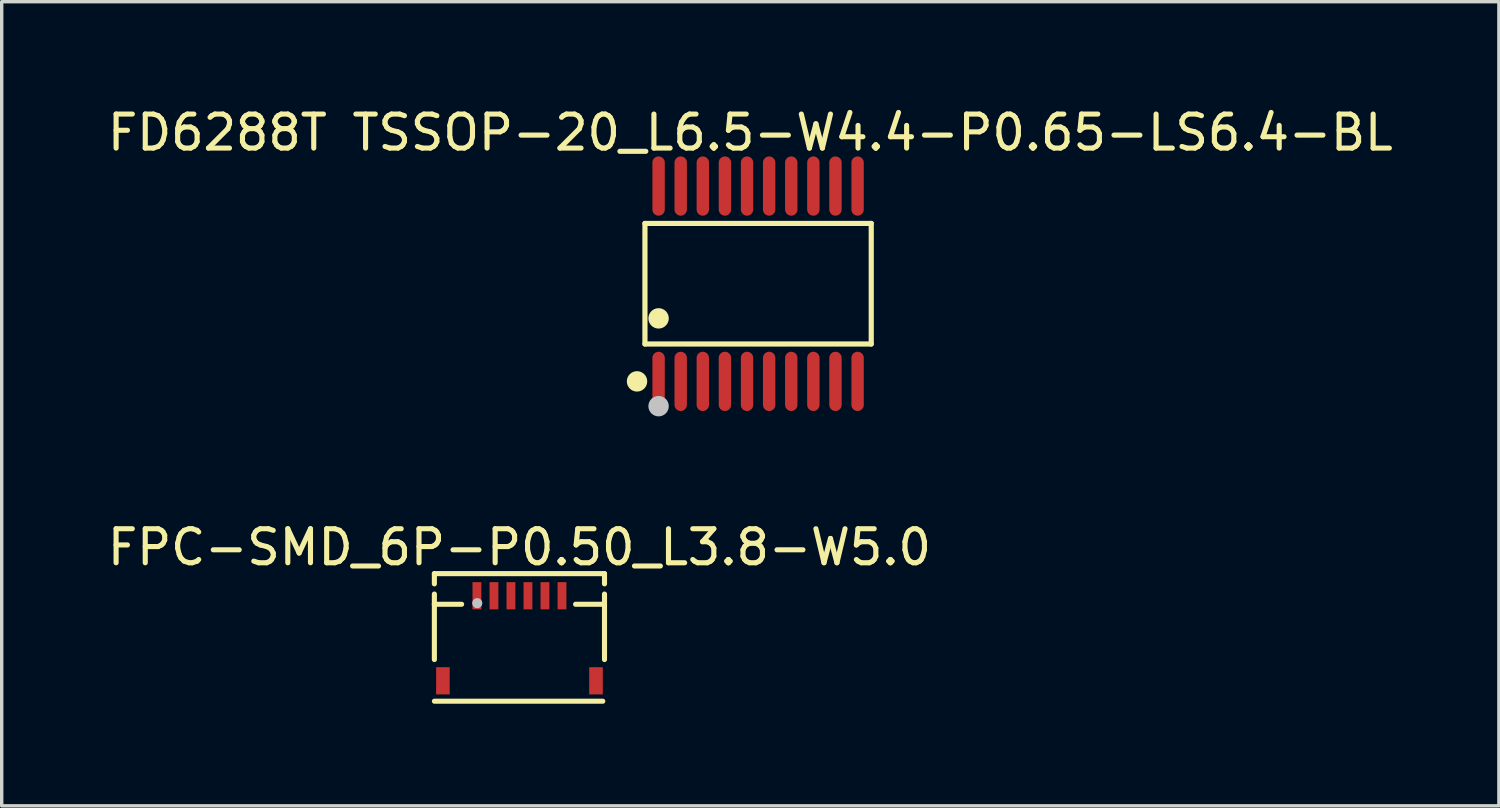
<source format=kicad_pcb>
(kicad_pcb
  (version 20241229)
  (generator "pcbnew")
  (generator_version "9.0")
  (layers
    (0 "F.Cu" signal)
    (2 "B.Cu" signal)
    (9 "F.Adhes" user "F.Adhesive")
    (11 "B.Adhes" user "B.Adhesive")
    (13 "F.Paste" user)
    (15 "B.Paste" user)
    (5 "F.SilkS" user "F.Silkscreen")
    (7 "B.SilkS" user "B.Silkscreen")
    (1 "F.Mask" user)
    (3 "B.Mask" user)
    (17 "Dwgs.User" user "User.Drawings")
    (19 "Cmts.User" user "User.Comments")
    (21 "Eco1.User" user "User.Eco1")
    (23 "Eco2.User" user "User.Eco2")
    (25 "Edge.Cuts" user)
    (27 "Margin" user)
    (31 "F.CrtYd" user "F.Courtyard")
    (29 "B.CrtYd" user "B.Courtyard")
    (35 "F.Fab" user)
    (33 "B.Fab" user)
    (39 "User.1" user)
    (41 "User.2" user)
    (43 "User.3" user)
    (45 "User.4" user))
  (footprint "FD6288T TSSOP-20_L6.5-W4.4-P0.65-LS6.4-BL"
    (layer "F.Cu")
    (at 19.235 5.29)
    (property "Reference" "FD6288T TSSOP-20_L6.5-W4.4-P0.65-LS6.4-BL" (at -0.229 -4.442 0) (unlocked yes) (layer "F.SilkS") (effects (font (size 1 1) (thickness 0.15))))
    (fp_line (start -3.326 -1.772) (end 3.326 -1.772) (stroke (width 0.152) (type default)) (layer "F.SilkS"))
    (fp_line (start -3.326 1.772) (end -3.326 -1.772) (stroke (width 0.152) (type default)) (layer "F.SilkS"))
    (fp_line (start 3.326 -1.772) (end 3.326 1.772) (stroke (width 0.152) (type default)) (layer "F.SilkS"))
    (fp_line (start 3.326 1.772) (end -3.326 1.772) (stroke (width 0.152) (type default)) (layer "F.SilkS"))
    (fp_circle (center -3.559 2.871) (end -3.409 2.871) (stroke (width 0.3) (type default)) (fill no) (layer "F.SilkS"))
    (fp_circle (center -2.925 1.019) (end -2.775 1.019) (stroke (width 0.3) (type default)) (fill no) (layer "F.SilkS"))
    (fp_circle (center -2.925 3.6) (end -2.775 3.6) (stroke (width 0.3) (type default)) (fill no) (layer "Dwgs.User"))
    (fp_poly (pts (xy -3.055 -3.2) (xy -3.055 -2.6) (xy -2.795 -2.6) (xy -2.795 -3.2)) (stroke (width 0.1) (type default)) (fill no) (layer "User.1"))
    (fp_poly (pts (xy -3.055 -2.61) (xy -3.055 -2.19) (xy -2.795 -2.19) (xy -2.795 -2.61)) (stroke (width 0.1) (type default)) (fill no) (layer "User.1"))
    (fp_poly (pts (xy -3.055 2.61) (xy -3.055 2.19) (xy -2.795 2.19) (xy -2.795 2.61)) (stroke (width 0.1) (type default)) (fill no) (layer "User.1"))
    (fp_poly (pts (xy -3.055 3.2) (xy -3.055 2.6) (xy -2.795 2.6) (xy -2.795 3.2)) (stroke (width 0.1) (type default)) (fill no) (layer "User.1"))
    (fp_poly (pts (xy -2.405 -3.2) (xy -2.405 -2.6) (xy -2.145 -2.6) (xy -2.145 -3.2)) (stroke (width 0.1) (type default)) (fill no) (layer "User.1"))
    (fp_poly (pts (xy -2.405 -2.61) (xy -2.405 -2.19) (xy -2.145 -2.19) (xy -2.145 -2.61)) (stroke (width 0.1) (type default)) (fill no) (layer "User.1"))
    (fp_poly (pts (xy -2.405 2.61) (xy -2.405 2.19) (xy -2.145 2.19) (xy -2.145 2.61)) (stroke (width 0.1) (type default)) (fill no) (layer "User.1"))
    (fp_poly (pts (xy -2.405 3.2) (xy -2.405 2.6) (xy -2.145 2.6) (xy -2.145 3.2)) (stroke (width 0.1) (type default)) (fill no) (layer "User.1"))
    (fp_poly (pts (xy -1.755 -3.2) (xy -1.755 -2.6) (xy -1.495 -2.6) (xy -1.495 -3.2)) (stroke (width 0.1) (type default)) (fill no) (layer "User.1"))
    (fp_poly (pts (xy -1.755 -2.61) (xy -1.755 -2.19) (xy -1.495 -2.19) (xy -1.495 -2.61)) (stroke (width 0.1) (type default)) (fill no) (layer "User.1"))
    (fp_poly (pts (xy -1.755 2.61) (xy -1.755 2.19) (xy -1.495 2.19) (xy -1.495 2.61)) (stroke (width 0.1) (type default)) (fill no) (layer "User.1"))
    (fp_poly (pts (xy -1.755 3.2) (xy -1.755 2.6) (xy -1.495 2.6) (xy -1.495 3.2)) (stroke (width 0.1) (type default)) (fill no) (layer "User.1"))
    (fp_poly (pts (xy -1.105 -3.2) (xy -1.105 -2.6) (xy -0.845 -2.6) (xy -0.845 -3.2)) (stroke (width 0.1) (type default)) (fill no) (layer "User.1"))
    (fp_poly (pts (xy -1.105 -2.61) (xy -1.105 -2.19) (xy -0.845 -2.19) (xy -0.845 -2.61)) (stroke (width 0.1) (type default)) (fill no) (layer "User.1"))
    (fp_poly (pts (xy -1.105 2.61) (xy -1.105 2.19) (xy -0.845 2.19) (xy -0.845 2.61)) (stroke (width 0.1) (type default)) (fill no) (layer "User.1"))
    (fp_poly (pts (xy -1.105 3.2) (xy -1.105 2.6) (xy -0.845 2.6) (xy -0.845 3.2)) (stroke (width 0.1) (type default)) (fill no) (layer "User.1"))
    (fp_poly (pts (xy -0.455 -3.2) (xy -0.455 -2.6) (xy -0.195 -2.6) (xy -0.195 -3.2)) (stroke (width 0.1) (type default)) (fill no) (layer "User.1"))
    (fp_poly (pts (xy -0.455 -2.61) (xy -0.455 -2.19) (xy -0.195 -2.19) (xy -0.195 -2.61)) (stroke (width 0.1) (type default)) (fill no) (layer "User.1"))
    (fp_poly (pts (xy -0.455 2.61) (xy -0.455 2.19) (xy -0.195 2.19) (xy -0.195 2.61)) (stroke (width 0.1) (type default)) (fill no) (layer "User.1"))
    (fp_poly (pts (xy -0.455 3.2) (xy -0.455 2.6) (xy -0.195 2.6) (xy -0.195 3.2)) (stroke (width 0.1) (type default)) (fill no) (layer "User.1"))
    (fp_poly (pts (xy 0.195 -3.2) (xy 0.195 -2.6) (xy 0.455 -2.6) (xy 0.455 -3.2)) (stroke (width 0.1) (type default)) (fill no) (layer "User.1"))
    (fp_poly (pts (xy 0.195 -2.61) (xy 0.195 -2.19) (xy 0.455 -2.19) (xy 0.455 -2.61)) (stroke (width 0.1) (type default)) (fill no) (layer "User.1"))
    (fp_poly (pts (xy 0.195 2.61) (xy 0.195 2.19) (xy 0.455 2.19) (xy 0.455 2.61)) (stroke (width 0.1) (type default)) (fill no) (layer "User.1"))
    (fp_poly (pts (xy 0.195 3.2) (xy 0.195 2.6) (xy 0.455 2.6) (xy 0.455 3.2)) (stroke (width 0.1) (type default)) (fill no) (layer "User.1"))
    (fp_poly (pts (xy 0.845 -3.2) (xy 0.845 -2.6) (xy 1.105 -2.6) (xy 1.105 -3.2)) (stroke (width 0.1) (type default)) (fill no) (layer "User.1"))
    (fp_poly (pts (xy 0.845 -2.61) (xy 0.845 -2.19) (xy 1.105 -2.19) (xy 1.105 -2.61)) (stroke (width 0.1) (type default)) (fill no) (layer "User.1"))
    (fp_poly (pts (xy 0.845 2.61) (xy 0.845 2.19) (xy 1.105 2.19) (xy 1.105 2.61)) (stroke (width 0.1) (type default)) (fill no) (layer "User.1"))
    (fp_poly (pts (xy 0.845 3.2) (xy 0.845 2.6) (xy 1.105 2.6) (xy 1.105 3.2)) (stroke (width 0.1) (type default)) (fill no) (layer "User.1"))
    (fp_poly (pts (xy 1.495 -3.2) (xy 1.495 -2.6) (xy 1.755 -2.6) (xy 1.755 -3.2)) (stroke (width 0.1) (type default)) (fill no) (layer "User.1"))
    (fp_poly (pts (xy 1.495 -2.61) (xy 1.495 -2.19) (xy 1.755 -2.19) (xy 1.755 -2.61)) (stroke (width 0.1) (type default)) (fill no) (layer "User.1"))
    (fp_poly (pts (xy 1.495 2.61) (xy 1.495 2.19) (xy 1.755 2.19) (xy 1.755 2.61)) (stroke (width 0.1) (type default)) (fill no) (layer "User.1"))
    (fp_poly (pts (xy 1.495 3.2) (xy 1.495 2.6) (xy 1.755 2.6) (xy 1.755 3.2)) (stroke (width 0.1) (type default)) (fill no) (layer "User.1"))
    (fp_poly (pts (xy 2.145 -3.2) (xy 2.145 -2.6) (xy 2.405 -2.6) (xy 2.405 -3.2)) (stroke (width 0.1) (type default)) (fill no) (layer "User.1"))
    (fp_poly (pts (xy 2.145 -2.61) (xy 2.145 -2.19) (xy 2.405 -2.19) (xy 2.405 -2.61)) (stroke (width 0.1) (type default)) (fill no) (layer "User.1"))
    (fp_poly (pts (xy 2.145 2.61) (xy 2.145 2.19) (xy 2.405 2.19) (xy 2.405 2.61)) (stroke (width 0.1) (type default)) (fill no) (layer "User.1"))
    (fp_poly (pts (xy 2.145 3.2) (xy 2.145 2.6) (xy 2.405 2.6) (xy 2.405 3.2)) (stroke (width 0.1) (type default)) (fill no) (layer "User.1"))
    (fp_poly (pts (xy 2.795 -3.2) (xy 2.795 -2.6) (xy 3.055 -2.6) (xy 3.055 -3.2)) (stroke (width 0.1) (type default)) (fill no) (layer "User.1"))
    (fp_poly (pts (xy 2.795 -2.61) (xy 2.795 -2.19) (xy 3.055 -2.19) (xy 3.055 -2.61)) (stroke (width 0.1) (type default)) (fill no) (layer "User.1"))
    (fp_poly (pts (xy 2.795 2.61) (xy 2.795 2.19) (xy 3.055 2.19) (xy 3.055 2.61)) (stroke (width 0.1) (type default)) (fill no) (layer "User.1"))
    (fp_poly (pts (xy 2.795 3.2) (xy 2.795 2.6) (xy 3.055 2.6) (xy 3.055 3.2)) (stroke (width 0.1) (type default)) (fill no) (layer "User.1"))
    (fp_line (start -3.25 -2.2) (end 3.25 -2.2) (stroke (width 0.051) (type default)) (layer "User.2"))
    (fp_line (start -3.25 2.2) (end -3.25 -2.2) (stroke (width 0.051) (type default)) (layer "User.2"))
    (fp_line (start 3.25 -2.2) (end 3.25 2.2) (stroke (width 0.051) (type default)) (layer "User.2"))
    (fp_line (start 3.25 2.2) (end -3.25 2.2) (stroke (width 0.051) (type default)) (layer "User.2"))
    (fp_poly (pts (xy -3.19 3.2) (xy -3.208 3.158) (xy -3.25 3.14) (xy -3.292 3.158) (xy -3.31 3.2) (xy -3.292 3.242) (xy -3.25 3.26) (xy -3.208 3.242)) (stroke (width 0.1) (type default)) (fill no) (layer "User.3"))
    (pad "1" smd oval (at -2.925 2.871) (size 0.364 1.742) (layers "F.Cu" "F.Mask" "F.Paste"))
    (pad "2" smd oval (at -2.275 2.871) (size 0.364 1.742) (layers "F.Cu" "F.Mask" "F.Paste"))
    (pad "3" smd oval (at -1.625 2.871) (size 0.364 1.742) (layers "F.Cu" "F.Mask" "F.Paste"))
    (pad "4" smd oval (at -0.975 2.871) (size 0.364 1.742) (layers "F.Cu" "F.Mask" "F.Paste"))
    (pad "5" smd oval (at -0.325 2.871) (size 0.364 1.742) (layers "F.Cu" "F.Mask" "F.Paste"))
    (pad "6" smd oval (at 0.325 2.871) (size 0.364 1.742) (layers "F.Cu" "F.Mask" "F.Paste"))
    (pad "7" smd oval (at 0.975 2.871) (size 0.364 1.742) (layers "F.Cu" "F.Mask" "F.Paste"))
    (pad "8" smd oval (at 1.625 2.871) (size 0.364 1.742) (layers "F.Cu" "F.Mask" "F.Paste"))
    (pad "9" smd oval (at 2.275 2.871) (size 0.364 1.742) (layers "F.Cu" "F.Mask" "F.Paste"))
    (pad "10" smd oval (at 2.925 2.871) (size 0.364 1.742) (layers "F.Cu" "F.Mask" "F.Paste"))
    (pad "11" smd oval (at 2.925 -2.871) (size 0.364 1.742) (layers "F.Cu" "F.Mask" "F.Paste"))
    (pad "12" smd oval (at 2.275 -2.871) (size 0.364 1.742) (layers "F.Cu" "F.Mask" "F.Paste"))
    (pad "13" smd oval (at 1.625 -2.871) (size 0.364 1.742) (layers "F.Cu" "F.Mask" "F.Paste"))
    (pad "14" smd oval (at 0.975 -2.871) (size 0.364 1.742) (layers "F.Cu" "F.Mask" "F.Paste"))
    (pad "15" smd oval (at 0.325 -2.871) (size 0.364 1.742) (layers "F.Cu" "F.Mask" "F.Paste"))
    (pad "16" smd oval (at -0.325 -2.871) (size 0.364 1.742) (layers "F.Cu" "F.Mask" "F.Paste"))
    (pad "17" smd oval (at -0.975 -2.871) (size 0.364 1.742) (layers "F.Cu" "F.Mask" "F.Paste"))
    (pad "18" smd oval (at -1.625 -2.871) (size 0.364 1.742) (layers "F.Cu" "F.Mask" "F.Paste"))
    (pad "19" smd oval (at -2.275 -2.871) (size 0.364 1.742) (layers "F.Cu" "F.Mask" "F.Paste"))
    (pad "20" smd oval (at -2.925 -2.871) (size 0.364 1.742) (layers "F.Cu" "F.Mask" "F.Paste")))
  (footprint "FPC-SMD_6P-P0.50_L3.8-W5.0"
    (layer "F.Cu")
    (at 12.22 15.713)
    (property "Reference" "FPC-SMD_6P-P0.50_L3.8-W5.0" (at -0.00025 -2.675 0) (layer "F.SilkS") (effects (font (size 1 1) (thickness 0.15))))
    (fp_line (start -2.501 -1.9) (end -2.501 -1.6) (stroke (width 0.15) (type default)) (layer "F.SilkS"))
    (fp_line (start -2.501 -1.9) (end 2.5 -1.9) (stroke (width 0.15) (type default)) (layer "F.SilkS"))
    (fp_line (start -2.501 -1) (end -2.501 -1.3) (stroke (width 0.15) (type default)) (layer "F.SilkS"))
    (fp_line (start -2.501 -1) (end -2.501 0.625) (stroke (width 0.15) (type default)) (layer "F.SilkS"))
    (fp_line (start -2.501 -1) (end -1.7 -1) (stroke (width 0.15) (type default)) (layer "F.SilkS"))
    (fp_line (start -2.5 1.85) (end 2.45 1.85) (stroke (width 0.15) (type default)) (layer "F.SilkS"))
    (fp_line (start 2.5 -1.9) (end 2.5 -1.6) (stroke (width 0.15) (type default)) (layer "F.SilkS"))
    (fp_line (start 2.5 -1) (end 1.65 -1) (stroke (width 0.15) (type default)) (layer "F.SilkS"))
    (fp_line (start 2.5 -1) (end 2.5 -1.3) (stroke (width 0.15) (type default)) (layer "F.SilkS"))
    (fp_line (start 2.5 0.625) (end 2.5 -1) (stroke (width 0.15) (type default)) (layer "F.SilkS"))
    (fp_circle (center -1.241 -1.032) (end -1.166 -1.032) (stroke (width 0.15) (type default)) (fill no) (layer "Dwgs.User"))
    (fp_poly (pts (xy -2.34 1) (xy -2.16 1) (xy -2.16 1.5) (xy -2.34 1.5)) (stroke (width 0.1) (type default)) (fill no) (layer "User.1"))
    (fp_poly (pts (xy -1.325 -1.535) (xy -1.175 -1.535) (xy -1.175 -1.135) (xy -1.325 -1.135)) (stroke (width 0.1) (type default)) (fill no) (layer "User.1"))
    (fp_poly (pts (xy -0.825 -1.535) (xy -0.675 -1.535) (xy -0.675 -1.135) (xy -0.825 -1.135)) (stroke (width 0.1) (type default)) (fill no) (layer "User.1"))
    (fp_poly (pts (xy -0.325 -1.535) (xy -0.175 -1.535) (xy -0.175 -1.135) (xy -0.325 -1.135)) (stroke (width 0.1) (type default)) (fill no) (layer "User.1"))
    (fp_poly (pts (xy 0.175 -1.535) (xy 0.325 -1.535) (xy 0.325 -1.135) (xy 0.175 -1.135)) (stroke (width 0.1) (type default)) (fill no) (layer "User.1"))
    (fp_poly (pts (xy 0.675 -1.535) (xy 0.825 -1.535) (xy 0.825 -1.135) (xy 0.675 -1.135)) (stroke (width 0.1) (type default)) (fill no) (layer "User.1"))
    (fp_poly (pts (xy 1.175 -1.535) (xy 1.325 -1.535) (xy 1.325 -1.135) (xy 1.175 -1.135)) (stroke (width 0.1) (type default)) (fill no) (layer "User.1"))
    (fp_poly (pts (xy 2.16 1) (xy 2.34 1) (xy 2.34 1.5) (xy 2.16 1.5)) (stroke (width 0.1) (type default)) (fill no) (layer "User.1"))
    (fp_line (start -2.5 -1.535) (end -1.5 -1.535) (stroke (width 0.051) (type default)) (layer "User.2"))
    (fp_line (start -2.5 1.715) (end -2.5 -1.535) (stroke (width 0.051) (type default)) (layer "User.2"))
    (fp_line (start -1.5 -1.535) (end -1.5 -1.235) (stroke (width 0.051) (type default)) (layer "User.2"))
    (fp_line (start -1.5 -1.235) (end 1.5 -1.235) (stroke (width 0.051) (type default)) (layer "User.2"))
    (fp_line (start 1.5 -1.535) (end 2.5 -1.535) (stroke (width 0.051) (type default)) (layer "User.2"))
    (fp_line (start 1.5 -1.235) (end 1.5 -1.535) (stroke (width 0.051) (type default)) (layer "User.2"))
    (fp_line (start 2.5 -1.535) (end 2.5 1.715) (stroke (width 0.051) (type default)) (layer "User.2"))
    (fp_line (start 2.5 1.715) (end -2.5 1.715) (stroke (width 0.051) (type default)) (layer "User.2"))
    (fp_poly (pts (xy -2.44 -1.535) (xy -2.458 -1.577) (xy -2.5 -1.595) (xy -2.542 -1.577) (xy -2.56 -1.535) (xy -2.542 -1.493) (xy -2.5 -1.475) (xy -2.458 -1.493)) (stroke (width 0.1) (type default)) (fill no) (layer "User.3"))
    (pad "1" smd rect (at -1.25 -1.25) (size 0.26 0.8) (layers "F.Cu" "F.Mask" "F.Paste"))
    (pad "2" smd rect (at -0.75 -1.25) (size 0.26 0.8) (layers "F.Cu" "F.Mask" "F.Paste"))
    (pad "3" smd rect (at -0.25 -1.25) (size 0.26 0.8) (layers "F.Cu" "F.Mask" "F.Paste"))
    (pad "4" smd rect (at 0.25 -1.25) (size 0.26 0.8) (layers "F.Cu" "F.Mask" "F.Paste"))
    (pad "5" smd rect (at 0.75 -1.25) (size 0.26 0.8) (layers "F.Cu" "F.Mask" "F.Paste"))
    (pad "6" smd rect (at 1.25 -1.25) (size 0.26 0.8) (layers "F.Cu" "F.Mask" "F.Paste"))
    (pad "7" smd rect (at 2.25 1.25) (size 0.4 0.8) (layers "F.Cu" "F.Mask" "F.Paste"))
    (pad "8" smd rect (at -2.25 1.25) (size 0.4 0.8) (layers "F.Cu" "F.Mask" "F.Paste")))
  (gr_rect
    (start -3 -3)
    (end 41.012 20.639)
    (stroke (width 0.1) (type default))
    (fill no)
    (layer "Edge.Cuts")))
</source>
